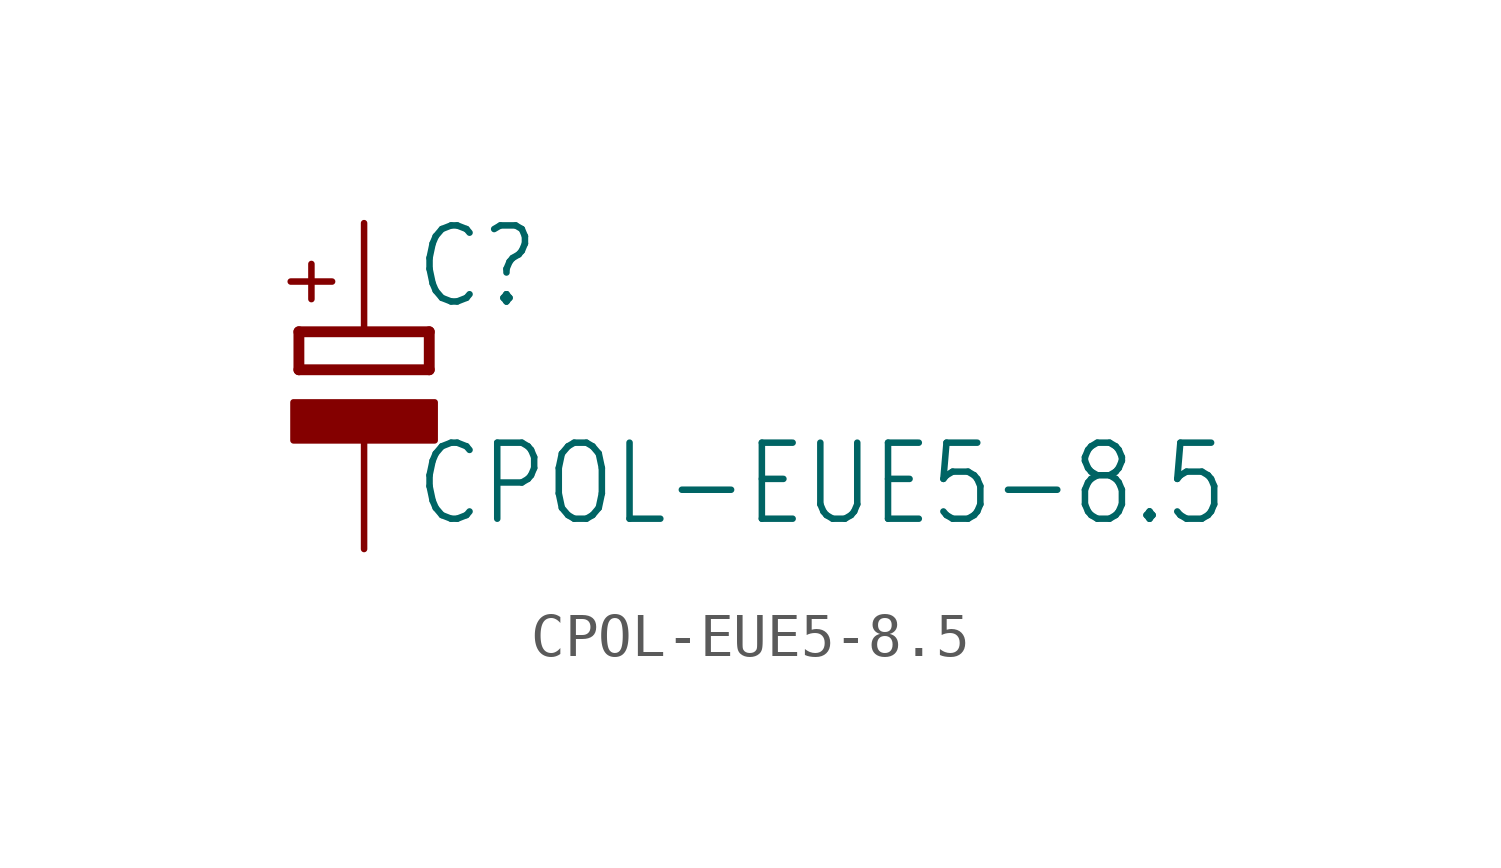
<source format=kicad_sym>
(kicad_symbol_lib
  (version 20220331)
  (generator kicad_symbol_editor)
  (symbol "CPOL-EUE5-8.5"
    (property "Reference" "C"
      (at 1.143 0.483 0)
      (effects (font (size 1.778 1.511)) (justify left bottom)))
    (property "Value" "CPOL-EUE5-8.5"
      (at 1.143 -4.597 0)
      (effects (font (size 1.778 1.511)) (justify left bottom)))
    (property "ki_locked" ""
      (at 0 0 0)
      (effects (font (size 1.27 1.27))))
    (symbol "CPOL-EUE5-8.5_1_0"
      (rectangle (start -1.651 -2.54) (end 1.651 -1.651) (stroke (width 0) (type default)) (fill (type outline)))
      (polyline (pts (xy -1.524 -0.889) (xy 1.524 -0.889)) (stroke (width 0.254) (type solid)) (fill (type none)))
      (polyline (pts (xy -1.524 0) (xy -1.524 -0.889)) (stroke (width 0.254) (type solid)) (fill (type none)))
      (polyline (pts (xy -1.524 0) (xy 1.524 0)) (stroke (width 0.254) (type solid)) (fill (type none)))
      (polyline (pts (xy 1.524 -0.889) (xy 1.524 0)) (stroke (width 0.254) (type solid)) (fill (type none)))
      (text "+" (at -0.584 0.406 900) (effects (font (size 1.27 1.079)) (justify left bottom)))
      (pin passive line (at 0 2.54 270) (length 2.54) (name "+" (effects (font (size 0 0)))) (number "+" (effects (font (size 0 0)))))
      (pin passive line (at 0 -5.08 90) (length 2.54) (name "-" (effects (font (size 0 0)))) (number "-" (effects (font (size 0 0))))))))
</source>
